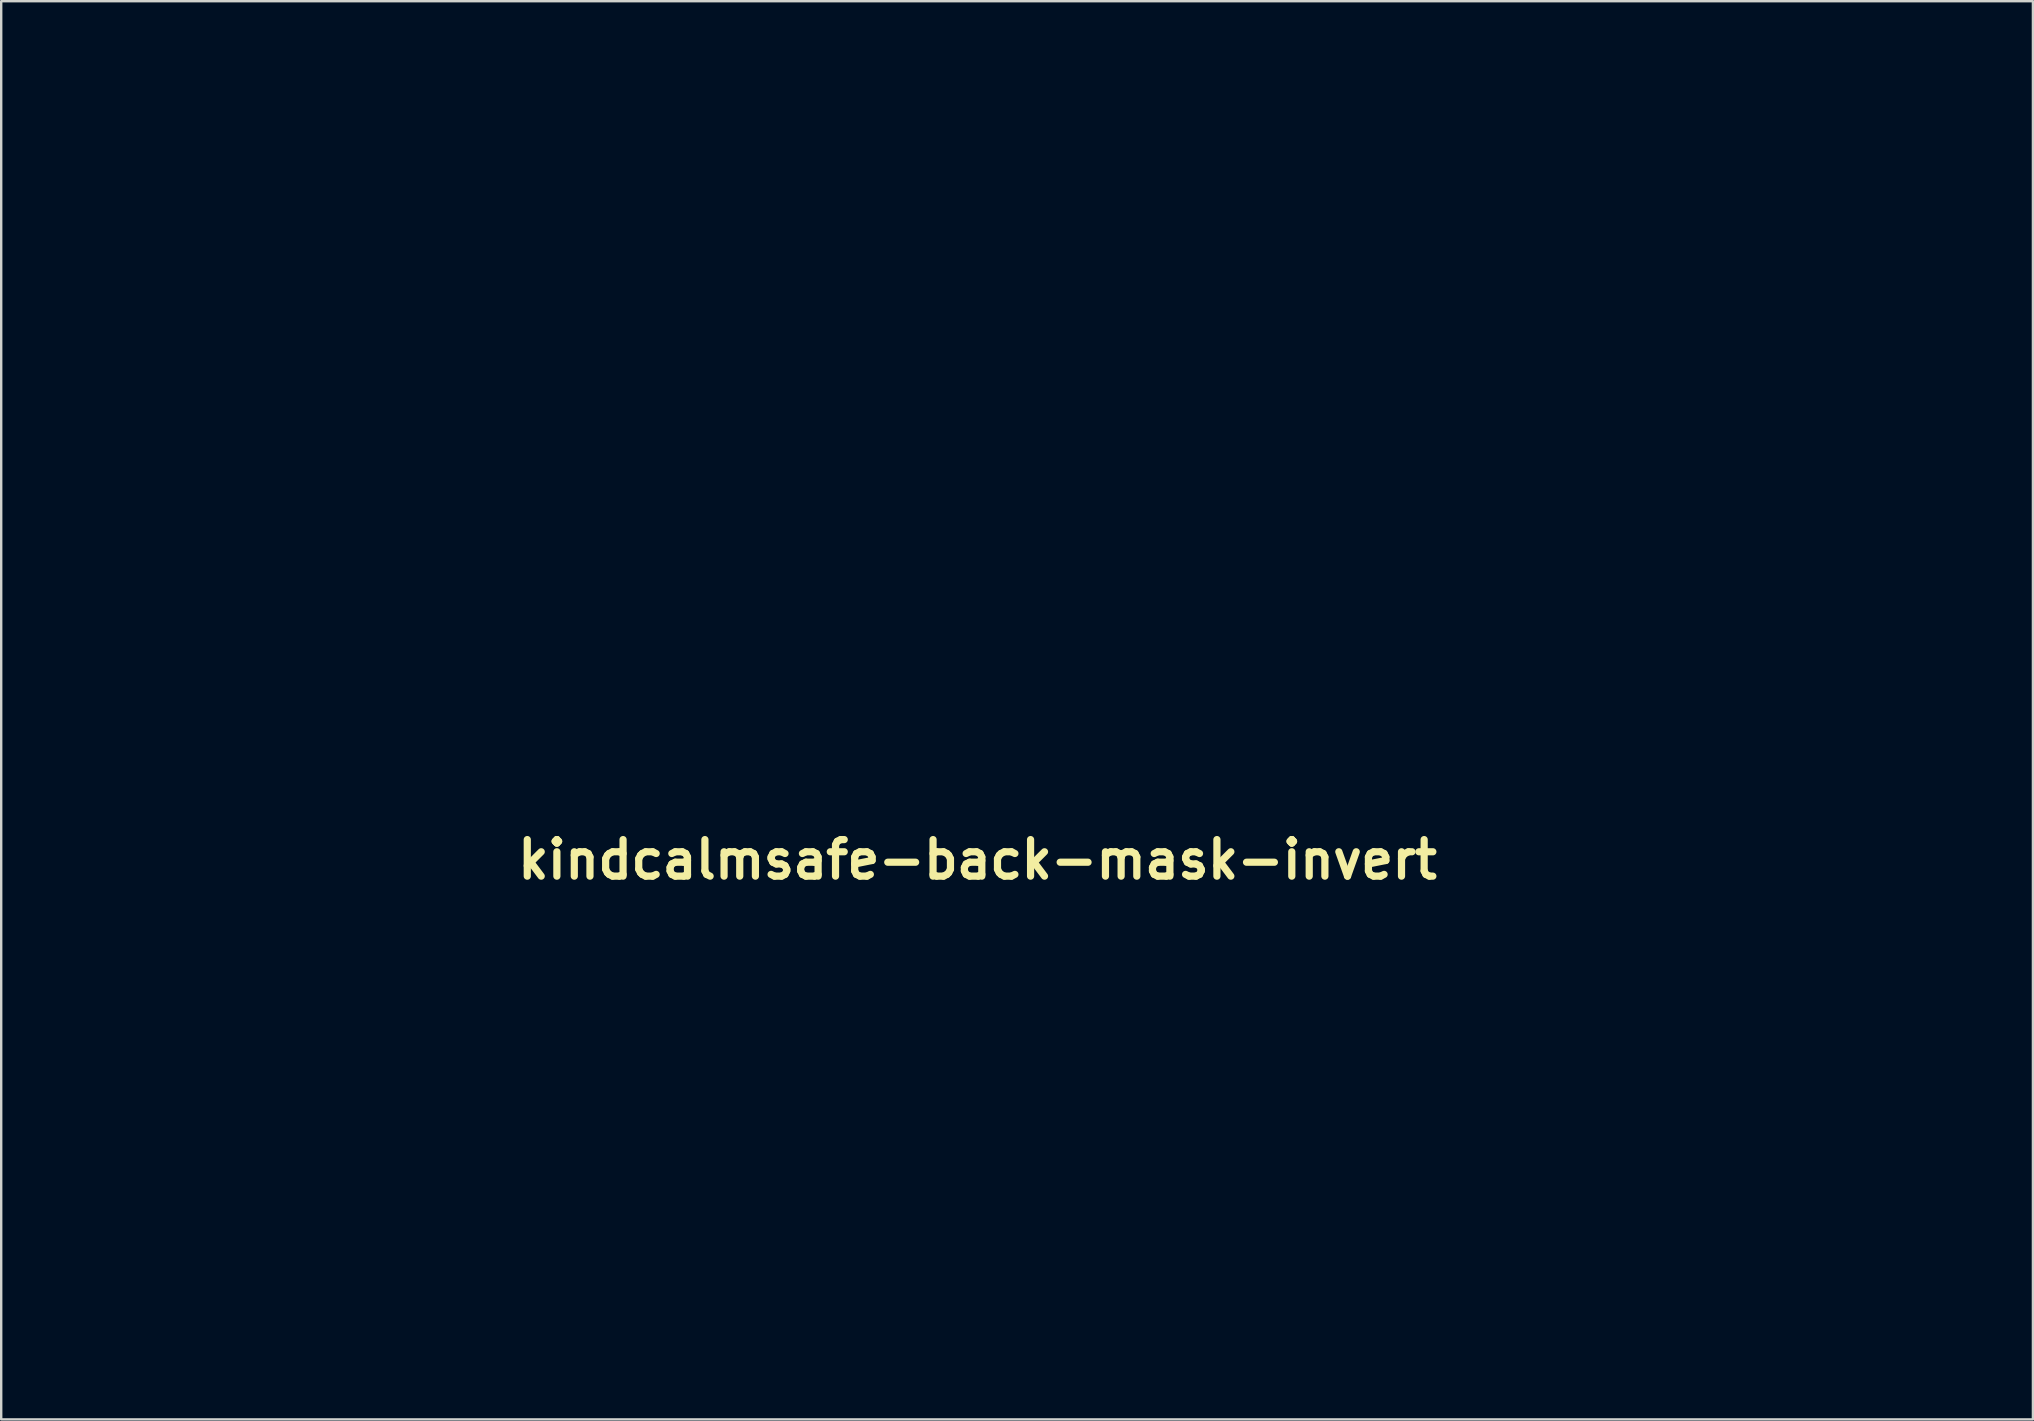
<source format=kicad_pcb>
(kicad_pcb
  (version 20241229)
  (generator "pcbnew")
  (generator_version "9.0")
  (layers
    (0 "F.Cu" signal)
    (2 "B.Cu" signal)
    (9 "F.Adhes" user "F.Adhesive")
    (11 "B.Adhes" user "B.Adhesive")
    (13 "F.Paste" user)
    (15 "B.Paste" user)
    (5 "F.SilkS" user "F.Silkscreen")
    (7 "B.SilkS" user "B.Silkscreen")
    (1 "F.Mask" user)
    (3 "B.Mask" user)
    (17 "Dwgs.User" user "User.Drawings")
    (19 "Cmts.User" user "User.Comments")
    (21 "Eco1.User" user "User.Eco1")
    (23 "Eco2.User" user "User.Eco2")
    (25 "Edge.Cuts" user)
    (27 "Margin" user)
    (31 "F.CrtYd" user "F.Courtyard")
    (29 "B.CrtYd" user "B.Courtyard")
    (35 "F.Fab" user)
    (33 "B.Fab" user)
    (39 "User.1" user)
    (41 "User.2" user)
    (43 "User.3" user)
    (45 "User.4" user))
  (footprint "kindcalmsafe-back-mask-invert"
    (layer "F.Cu")
    (at 37.682 32.771)
    (property "Reference" "kindcalmsafe-back-mask-invert" (at 0 0 0) (layer "F.SilkS") (effects (font (size 1.524 1.524) (thickness 0.3))))
    (attr through_hole)
    (fp_poly (pts (xy 13.801 -20.913) (xy 15.071 -20.913) (xy 15.071 -19.897) (xy 9.652 -19.897) (xy 9.652 -20.913) (xy 10.837 -20.913) (xy 10.837 -27.686) (xy 9.652 -27.686) (xy 9.652 -28.702) (xy 13.801 -28.702) (xy 13.801 -20.913)) (stroke (width 0.01) (type solid)) (fill yes) (layer "B.Mask"))
    (fp_poly (pts (xy 21.759 -0.931) (xy 23.029 -0.931) (xy 23.029 0.085) (xy 17.611 0.085) (xy 17.611 -0.931) (xy 18.796 -0.931) (xy 18.796 -11.769) (xy 17.611 -11.769) (xy 17.611 -12.785) (xy 21.759 -12.785) (xy 21.759 -0.931)) (stroke (width 0.01) (type solid)) (fill yes) (layer "B.Mask"))
    (fp_poly (pts (xy 12.795 -32.651) (xy 13.119 -32.482) (xy 13.467 -32.157) (xy 13.691 -31.744) (xy 13.782 -31.278) (xy 13.731 -30.797) (xy 13.61 -30.478) (xy 13.313 -30.065) (xy 12.916 -29.774) (xy 12.45 -29.621) (xy 11.946 -29.619) (xy 11.816 -29.644) (xy 11.357 -29.83) (xy 10.993 -30.132) (xy 10.741 -30.522) (xy 10.614 -30.968) (xy 10.629 -31.44) (xy 10.741 -31.793) (xy 11.022 -32.227) (xy 11.398 -32.539) (xy 11.838 -32.719) (xy 12.314 -32.759) (xy 12.795 -32.651)) (stroke (width 0.01) (type solid)) (fill yes) (layer "B.Mask"))
    (fp_poly (pts (xy 25.527 7.228) (xy 26.011 7.254) (xy 26.483 7.291) (xy 26.893 7.335) (xy 27.191 7.379) (xy 27.22 7.385) (xy 27.728 7.493) (xy 27.776 9.407) (xy 27.295 9.381) (xy 26.814 9.356) (xy 26.699 8.959) (xy 26.521 8.572) (xy 26.241 8.316) (xy 25.844 8.177) (xy 25.779 8.166) (xy 25.359 8.179) (xy 24.967 8.329) (xy 24.657 8.594) (xy 24.625 8.636) (xy 24.51 8.888) (xy 24.414 9.273) (xy 24.344 9.757) (xy 24.306 10.304) (xy 24.3 10.604) (xy 24.299 11.261) (xy 26.501 11.261) (xy 26.501 12.277) (xy 24.299 12.277) (xy 24.299 19.05) (xy 25.993 19.05) (xy 25.993 20.066) (xy 20.151 20.066) (xy 20.151 19.05) (xy 21.336 19.05) (xy 21.336 12.277) (xy 20.066 12.277) (xy 20.066 11.261) (xy 21.311 11.261) (xy 21.361 10.351) (xy 21.415 9.727) (xy 21.506 9.233) (xy 21.646 8.831) (xy 21.849 8.483) (xy 22.03 8.256) (xy 22.447 7.867) (xy 22.937 7.575) (xy 23.518 7.372) (xy 24.209 7.254) (xy 25.025 7.216) (xy 25.527 7.228)) (stroke (width 0.01) (type solid)) (fill yes) (layer "B.Mask"))
    (fp_poly (pts (xy 1.524 -31.242) (xy -0.085 -31.242) (xy -0.085 -29.03) (xy -0.084 -28.363) (xy -0.082 -27.846) (xy -0.077 -27.463) (xy -0.068 -27.195) (xy -0.052 -27.024) (xy -0.029 -26.931) (xy 0.002 -26.9) (xy 0.044 -26.911) (xy 0.08 -26.935) (xy 0.18 -27.015) (xy 0.392 -27.193) (xy 0.702 -27.456) (xy 1.094 -27.791) (xy 1.553 -28.184) (xy 2.064 -28.623) (xy 2.61 -29.095) (xy 2.646 -29.125) (xy 5.047 -31.2) (xy 3.81 -31.249) (xy 3.81 -32.258) (xy 8.382 -32.258) (xy 8.382 -31.242) (xy 6.779 -31.242) (xy 4.596 -29.365) (xy 4.08 -28.92) (xy 3.608 -28.508) (xy 3.194 -28.144) (xy 2.853 -27.84) (xy 2.6 -27.609) (xy 2.449 -27.465) (xy 2.413 -27.422) (xy 2.469 -27.348) (xy 2.629 -27.162) (xy 2.882 -26.876) (xy 3.218 -26.501) (xy 3.627 -26.049) (xy 4.097 -25.533) (xy 4.617 -24.963) (xy 5.177 -24.352) (xy 5.376 -24.136) (xy 8.34 -20.917) (xy 9.567 -20.913) (xy 9.567 -19.897) (xy 5.36 -19.897) (xy 3.717 -21.692) (xy 3.222 -22.232) (xy 2.699 -22.803) (xy 2.178 -23.371) (xy 1.688 -23.903) (xy 1.26 -24.369) (xy 0.995 -24.656) (xy -0.085 -25.826) (xy -0.085 -20.913) (xy 1.524 -20.913) (xy 1.524 -19.897) (xy -4.911 -19.897) (xy -4.911 -20.913) (xy -3.302 -20.913) (xy -3.302 -31.242) (xy -4.911 -31.242) (xy -4.911 -32.258) (xy 1.524 -32.258) (xy 1.524 -31.242)) (stroke (width 0.01) (type solid)) (fill yes) (layer "B.Mask"))
    (fp_poly (pts (xy 23.826 -28.86) (xy 24.457 -28.709) (xy 24.979 -28.445) (xy 25.406 -28.061) (xy 25.693 -27.657) (xy 25.815 -27.431) (xy 25.914 -27.197) (xy 25.992 -26.934) (xy 26.052 -26.623) (xy 26.097 -26.244) (xy 26.127 -25.777) (xy 26.147 -25.202) (xy 26.157 -24.5) (xy 26.161 -23.65) (xy 26.161 -23.558) (xy 26.162 -20.913) (xy 27.432 -20.913) (xy 27.432 -19.897) (xy 22.183 -19.897) (xy 22.183 -20.913) (xy 23.209 -20.913) (xy 23.183 -23.812) (xy 23.174 -24.647) (xy 23.164 -25.329) (xy 23.148 -25.876) (xy 23.126 -26.305) (xy 23.093 -26.633) (xy 23.047 -26.877) (xy 22.985 -27.053) (xy 22.905 -27.18) (xy 22.803 -27.274) (xy 22.678 -27.352) (xy 22.609 -27.388) (xy 22.249 -27.495) (xy 21.82 -27.504) (xy 21.389 -27.418) (xy 21.197 -27.341) (xy 20.939 -27.181) (xy 20.749 -26.961) (xy 20.62 -26.727) (xy 20.512 -26.471) (xy 20.425 -26.176) (xy 20.357 -25.824) (xy 20.307 -25.394) (xy 20.272 -24.866) (xy 20.25 -24.22) (xy 20.24 -23.435) (xy 20.238 -22.966) (xy 20.235 -20.913) (xy 21.336 -20.913) (xy 21.336 -19.897) (xy 16.087 -19.897) (xy 16.087 -20.913) (xy 17.272 -20.913) (xy 17.272 -27.686) (xy 16.087 -27.686) (xy 16.087 -28.702) (xy 20.235 -28.702) (xy 20.235 -27.53) (xy 20.723 -28.018) (xy 21.143 -28.387) (xy 21.568 -28.645) (xy 22.041 -28.807) (xy 22.604 -28.888) (xy 23.072 -28.905) (xy 23.826 -28.86)) (stroke (width 0.01) (type solid)) (fill yes) (layer "B.Mask"))
    (fp_poly (pts (xy 38.015 -20.913) (xy 39.201 -20.913) (xy 39.201 -19.897) (xy 35.052 -19.897) (xy 35.052 -20.931) (xy 34.673 -20.51) (xy 34.288 -20.15) (xy 33.862 -19.902) (xy 33.36 -19.751) (xy 32.744 -19.681) (xy 32.639 -19.677) (xy 32.242 -19.674) (xy 31.859 -19.689) (xy 31.558 -19.719) (xy 31.496 -19.73) (xy 30.801 -19.96) (xy 30.166 -20.335) (xy 29.608 -20.838) (xy 29.147 -21.451) (xy 28.798 -22.156) (xy 28.647 -22.629) (xy 28.567 -23.067) (xy 28.514 -23.61) (xy 28.499 -23.975) (xy 31.757 -23.975) (xy 31.79 -23.312) (xy 31.857 -22.7) (xy 31.958 -22.172) (xy 32.093 -21.763) (xy 32.15 -21.652) (xy 32.437 -21.319) (xy 32.821 -21.094) (xy 33.264 -20.989) (xy 33.725 -21.012) (xy 34.122 -21.151) (xy 34.419 -21.397) (xy 34.661 -21.792) (xy 34.847 -22.322) (xy 34.973 -22.975) (xy 35.036 -23.737) (xy 35.034 -24.596) (xy 34.989 -25.291) (xy 34.91 -25.952) (xy 34.801 -26.468) (xy 34.653 -26.862) (xy 34.455 -27.156) (xy 34.2 -27.374) (xy 34.115 -27.425) (xy 33.864 -27.543) (xy 33.615 -27.591) (xy 33.288 -27.586) (xy 33.265 -27.584) (xy 32.819 -27.508) (xy 32.488 -27.338) (xy 32.233 -27.046) (xy 32.114 -26.835) (xy 31.973 -26.439) (xy 31.866 -25.92) (xy 31.795 -25.314) (xy 31.758 -24.654) (xy 31.757 -23.975) (xy 28.499 -23.975) (xy 28.49 -24.205) (xy 28.495 -24.801) (xy 28.53 -25.342) (xy 28.596 -25.777) (xy 28.606 -25.823) (xy 28.884 -26.64) (xy 29.28 -27.347) (xy 29.787 -27.935) (xy 30.395 -28.396) (xy 31.096 -28.722) (xy 31.702 -28.877) (xy 32.488 -28.946) (xy 33.211 -28.874) (xy 33.857 -28.664) (xy 34.413 -28.317) (xy 34.607 -28.142) (xy 35.052 -27.697) (xy 35.052 -31.75) (xy 33.782 -31.75) (xy 33.782 -32.766) (xy 38.015 -32.766) (xy 38.015 -20.913)) (stroke (width 0.01) (type solid)) (fill yes) (layer "B.Mask"))
    (fp_poly (pts (xy -18.096 -8.904) (xy -17.598 -8.85) (xy -17.233 -8.773) (xy -16.532 -8.512) (xy -15.954 -8.181) (xy -15.458 -7.757) (xy -15.454 -7.753) (xy -14.99 -7.164) (xy -14.617 -6.452) (xy -14.345 -5.639) (xy -14.184 -4.752) (xy -14.161 -4.508) (xy -14.115 -3.895) (xy -20.176 -3.895) (xy -20.122 -3.191) (xy -20.022 -2.427) (xy -19.849 -1.811) (xy -19.594 -1.334) (xy -19.253 -0.989) (xy -18.817 -0.767) (xy -18.281 -0.661) (xy -17.987 -0.649) (xy -17.594 -0.665) (xy -17.284 -0.724) (xy -16.975 -0.845) (xy -16.902 -0.88) (xy -16.554 -1.084) (xy -16.287 -1.334) (xy -16.065 -1.671) (xy -15.865 -2.108) (xy -15.672 -2.582) (xy -15.012 -2.582) (xy -14.682 -2.579) (xy -14.478 -2.549) (xy -14.386 -2.468) (xy -14.397 -2.308) (xy -14.499 -2.043) (xy -14.646 -1.72) (xy -15.021 -1.086) (xy -15.51 -0.572) (xy -16.115 -0.177) (xy -16.843 0.104) (xy -17.301 0.212) (xy -17.923 0.295) (xy -18.609 0.327) (xy -19.291 0.308) (xy -19.9 0.238) (xy -20.054 0.208) (xy -20.883 -0.033) (xy -21.581 -0.374) (xy -22.163 -0.823) (xy -22.642 -1.387) (xy -22.676 -1.437) (xy -23.007 -2.027) (xy -23.236 -2.668) (xy -23.375 -3.398) (xy -23.424 -3.979) (xy -23.407 -4.911) (xy -20.176 -4.911) (xy -17.357 -4.911) (xy -17.357 -5.286) (xy -17.374 -5.663) (xy -17.42 -6.099) (xy -17.486 -6.539) (xy -17.565 -6.928) (xy -17.646 -7.208) (xy -17.655 -7.23) (xy -17.892 -7.611) (xy -18.225 -7.854) (xy -18.652 -7.955) (xy -18.757 -7.959) (xy -19.157 -7.907) (xy -19.479 -7.744) (xy -19.731 -7.461) (xy -19.917 -7.046) (xy -20.045 -6.489) (xy -20.122 -5.78) (xy -20.124 -5.736) (xy -20.176 -4.911) (xy -23.407 -4.911) (xy -23.407 -4.951) (xy -23.252 -5.833) (xy -22.965 -6.62) (xy -22.549 -7.305) (xy -22.01 -7.883) (xy -21.35 -8.348) (xy -20.574 -8.692) (xy -20.151 -8.816) (xy -19.737 -8.885) (xy -19.22 -8.922) (xy -18.655 -8.929) (xy -18.096 -8.904)) (stroke (width 0.01) (type solid)) (fill yes) (layer "B.Mask"))
    (fp_poly (pts (xy -16.318 -28.886) (xy -15.82 -28.832) (xy -15.455 -28.754) (xy -14.754 -28.493) (xy -14.176 -28.162) (xy -13.68 -27.738) (xy -13.676 -27.735) (xy -13.212 -27.146) (xy -12.839 -26.433) (xy -12.567 -25.621) (xy -12.406 -24.733) (xy -12.383 -24.49) (xy -12.337 -23.876) (xy -18.398 -23.876) (xy -18.344 -23.172) (xy -18.244 -22.408) (xy -18.071 -21.792) (xy -17.816 -21.315) (xy -17.475 -20.97) (xy -17.039 -20.748) (xy -16.503 -20.642) (xy -16.209 -20.63) (xy -15.816 -20.646) (xy -15.506 -20.706) (xy -15.197 -20.826) (xy -15.124 -20.861) (xy -14.776 -21.066) (xy -14.509 -21.316) (xy -14.287 -21.653) (xy -14.087 -22.089) (xy -13.894 -22.564) (xy -13.234 -22.564) (xy -12.904 -22.56) (xy -12.7 -22.531) (xy -12.608 -22.449) (xy -12.619 -22.29) (xy -12.721 -22.024) (xy -12.868 -21.702) (xy -13.243 -21.067) (xy -13.732 -20.553) (xy -14.337 -20.158) (xy -15.065 -19.877) (xy -15.523 -19.769) (xy -16.145 -19.686) (xy -16.831 -19.655) (xy -17.513 -19.674) (xy -18.122 -19.743) (xy -18.276 -19.773) (xy -19.105 -20.015) (xy -19.803 -20.356) (xy -20.385 -20.804) (xy -20.864 -21.368) (xy -20.898 -21.419) (xy -21.229 -22.008) (xy -21.458 -22.65) (xy -21.597 -23.38) (xy -21.646 -23.961) (xy -21.629 -24.892) (xy -18.398 -24.892) (xy -15.579 -24.892) (xy -15.579 -25.267) (xy -15.596 -25.644) (xy -15.642 -26.081) (xy -15.708 -26.521) (xy -15.787 -26.909) (xy -15.868 -27.19) (xy -15.877 -27.211) (xy -16.114 -27.593) (xy -16.447 -27.835) (xy -16.874 -27.937) (xy -16.979 -27.94) (xy -17.379 -27.888) (xy -17.701 -27.726) (xy -17.953 -27.442) (xy -18.139 -27.027) (xy -18.267 -26.47) (xy -18.344 -25.761) (xy -18.346 -25.718) (xy -18.398 -24.892) (xy -21.629 -24.892) (xy -21.629 -24.932) (xy -21.474 -25.814) (xy -21.187 -26.601) (xy -20.771 -27.287) (xy -20.232 -27.865) (xy -19.572 -28.329) (xy -18.796 -28.674) (xy -18.373 -28.798) (xy -17.959 -28.867) (xy -17.442 -28.904) (xy -16.877 -28.91) (xy -16.318 -28.886)) (stroke (width 0.01) (type solid)) (fill yes) (layer "B.Mask"))
    (fp_poly (pts (xy -14.286 11.077) (xy -13.788 11.131) (xy -13.423 11.208) (xy -12.722 11.469) (xy -12.144 11.801) (xy -11.648 12.224) (xy -11.644 12.228) (xy -11.18 12.817) (xy -10.807 13.53) (xy -10.535 14.342) (xy -10.374 15.229) (xy -10.351 15.473) (xy -10.305 16.087) (xy -16.366 16.087) (xy -16.312 16.79) (xy -16.212 17.554) (xy -16.039 18.171) (xy -15.784 18.647) (xy -15.443 18.993) (xy -15.007 19.214) (xy -14.471 19.32) (xy -14.177 19.332) (xy -13.784 19.316) (xy -13.474 19.257) (xy -13.165 19.137) (xy -13.092 19.101) (xy -12.744 18.897) (xy -12.477 18.647) (xy -12.255 18.31) (xy -12.055 17.874) (xy -11.862 17.399) (xy -11.202 17.399) (xy -10.872 17.403) (xy -10.668 17.432) (xy -10.576 17.513) (xy -10.587 17.673) (xy -10.689 17.938) (xy -10.836 18.261) (xy -11.211 18.896) (xy -11.7 19.409) (xy -12.305 19.805) (xy -13.033 20.086) (xy -13.491 20.194) (xy -14.113 20.276) (xy -14.799 20.308) (xy -15.481 20.289) (xy -16.09 20.22) (xy -16.244 20.19) (xy -17.073 19.948) (xy -17.771 19.607) (xy -18.353 19.159) (xy -18.832 18.595) (xy -18.866 18.544) (xy -19.197 17.954) (xy -19.426 17.313) (xy -19.565 16.583) (xy -19.614 16.002) (xy -19.597 15.071) (xy -16.366 15.071) (xy -13.547 15.071) (xy -13.547 14.696) (xy -13.564 14.319) (xy -13.61 13.882) (xy -13.676 13.442) (xy -13.755 13.054) (xy -13.836 12.773) (xy -13.845 12.752) (xy -14.082 12.37) (xy -14.415 12.128) (xy -14.842 12.026) (xy -14.947 12.023) (xy -15.347 12.075) (xy -15.669 12.237) (xy -15.921 12.521) (xy -16.107 12.936) (xy -16.235 13.493) (xy -16.312 14.202) (xy -16.314 14.245) (xy -16.366 15.071) (xy -19.597 15.071) (xy -19.597 15.031) (xy -19.442 14.149) (xy -19.155 13.362) (xy -18.739 12.676) (xy -18.2 12.098) (xy -17.54 11.634) (xy -16.764 11.289) (xy -16.341 11.165) (xy -15.927 11.096) (xy -15.41 11.059) (xy -14.845 11.053) (xy -14.286 11.077)) (stroke (width 0.01) (type solid)) (fill yes) (layer "B.Mask"))
    (fp_poly (pts (xy 32.873 11.077) (xy 33.371 11.131) (xy 33.736 11.208) (xy 34.437 11.469) (xy 35.016 11.801) (xy 35.512 12.224) (xy 35.515 12.228) (xy 35.979 12.817) (xy 36.352 13.53) (xy 36.624 14.342) (xy 36.785 15.229) (xy 36.808 15.473) (xy 36.854 16.087) (xy 30.794 16.087) (xy 30.848 16.79) (xy 30.947 17.554) (xy 31.121 18.171) (xy 31.375 18.647) (xy 31.717 18.993) (xy 32.152 19.214) (xy 32.689 19.32) (xy 32.983 19.332) (xy 33.376 19.316) (xy 33.685 19.257) (xy 33.994 19.137) (xy 34.068 19.101) (xy 34.415 18.897) (xy 34.682 18.647) (xy 34.904 18.31) (xy 35.104 17.874) (xy 35.297 17.399) (xy 35.958 17.399) (xy 36.287 17.403) (xy 36.492 17.432) (xy 36.583 17.513) (xy 36.572 17.673) (xy 36.471 17.938) (xy 36.324 18.261) (xy 35.948 18.896) (xy 35.46 19.409) (xy 34.854 19.805) (xy 34.126 20.086) (xy 33.669 20.194) (xy 33.046 20.276) (xy 32.36 20.308) (xy 31.678 20.289) (xy 31.069 20.22) (xy 30.915 20.19) (xy 30.087 19.948) (xy 29.388 19.607) (xy 28.806 19.159) (xy 28.328 18.595) (xy 28.293 18.544) (xy 27.963 17.954) (xy 27.733 17.313) (xy 27.594 16.583) (xy 27.545 16.002) (xy 27.562 15.071) (xy 30.793 15.071) (xy 33.613 15.071) (xy 33.613 14.696) (xy 33.595 14.319) (xy 33.549 13.882) (xy 33.483 13.442) (xy 33.405 13.054) (xy 33.323 12.773) (xy 33.315 12.752) (xy 33.078 12.37) (xy 32.744 12.128) (xy 32.317 12.026) (xy 32.212 12.023) (xy 31.812 12.075) (xy 31.49 12.237) (xy 31.239 12.521) (xy 31.052 12.936) (xy 30.924 13.493) (xy 30.848 14.202) (xy 30.845 14.245) (xy 30.793 15.071) (xy 27.562 15.071) (xy 27.563 15.031) (xy 27.717 14.149) (xy 28.005 13.362) (xy 28.42 12.676) (xy 28.96 12.098) (xy 29.619 11.634) (xy 30.395 11.289) (xy 30.819 11.165) (xy 31.233 11.096) (xy 31.75 11.059) (xy 32.315 11.053) (xy 32.873 11.077)) (stroke (width 0.01) (type solid)) (fill yes) (layer "B.Mask"))
    (fp_poly (pts (xy 11.515 -8.907) (xy 12.147 -8.859) (xy 12.688 -8.771) (xy 13.175 -8.637) (xy 13.599 -8.471) (xy 14.062 -8.191) (xy 14.5 -7.791) (xy 14.866 -7.318) (xy 15.039 -7.005) (xy 15.282 -6.477) (xy 15.309 -3.704) (xy 15.335 -0.931) (xy 16.595 -0.931) (xy 16.595 0.085) (xy 12.361 0.085) (xy 12.361 -0.967) (xy 12.002 -0.616) (xy 11.461 -0.201) (xy 10.82 0.103) (xy 10.116 0.286) (xy 9.385 0.341) (xy 8.662 0.258) (xy 8.614 0.247) (xy 8.007 0.022) (xy 7.498 -0.34) (xy 7.096 -0.83) (xy 6.928 -1.143) (xy 6.797 -1.567) (xy 6.728 -2.086) (xy 6.722 -2.64) (xy 6.737 -2.78) (xy 9.641 -2.78) (xy 9.666 -2.314) (xy 9.767 -1.879) (xy 9.94 -1.518) (xy 10.178 -1.271) (xy 10.194 -1.261) (xy 10.54 -1.132) (xy 10.953 -1.096) (xy 11.361 -1.151) (xy 11.685 -1.291) (xy 11.916 -1.46) (xy 12.083 -1.625) (xy 12.199 -1.816) (xy 12.272 -2.066) (xy 12.315 -2.406) (xy 12.338 -2.867) (xy 12.346 -3.181) (xy 12.374 -4.403) (xy 11.577 -4.403) (xy 11.002 -4.374) (xy 10.561 -4.28) (xy 10.227 -4.108) (xy 9.972 -3.848) (xy 9.847 -3.644) (xy 9.699 -3.238) (xy 9.641 -2.78) (xy 6.737 -2.78) (xy 6.777 -3.168) (xy 6.895 -3.611) (xy 6.926 -3.683) (xy 7.222 -4.182) (xy 7.616 -4.59) (xy 8.116 -4.912) (xy 8.734 -5.151) (xy 9.48 -5.312) (xy 10.363 -5.399) (xy 11.13 -5.419) (xy 12.361 -5.419) (xy 12.361 -6.038) (xy 12.347 -6.422) (xy 12.294 -6.717) (xy 12.185 -7.002) (xy 12.129 -7.116) (xy 11.886 -7.488) (xy 11.579 -7.746) (xy 11.183 -7.905) (xy 10.669 -7.978) (xy 10.391 -7.987) (xy 9.769 -7.944) (xy 9.275 -7.803) (xy 8.894 -7.555) (xy 8.608 -7.19) (xy 8.434 -6.798) (xy 8.362 -6.613) (xy 8.277 -6.518) (xy 8.128 -6.482) (xy 7.865 -6.477) (xy 7.408 -6.477) (xy 7.384 -7.431) (xy 7.36 -8.384) (xy 7.596 -8.476) (xy 8.199 -8.661) (xy 8.937 -8.799) (xy 9.78 -8.887) (xy 10.698 -8.921) (xy 10.753 -8.921) (xy 11.515 -8.907)) (stroke (width 0.01) (type solid)) (fill yes) (layer "B.Mask"))
    (fp_poly (pts (xy 14.055 11.074) (xy 14.687 11.122) (xy 15.228 11.21) (xy 15.715 11.344) (xy 16.139 11.51) (xy 16.602 11.79) (xy 17.04 12.19) (xy 17.406 12.663) (xy 17.579 12.976) (xy 17.822 13.504) (xy 17.849 16.277) (xy 17.875 19.05) (xy 19.135 19.05) (xy 19.135 20.066) (xy 14.901 20.066) (xy 14.901 19.015) (xy 14.541 19.365) (xy 14.001 19.78) (xy 13.36 20.084) (xy 12.656 20.268) (xy 11.925 20.322) (xy 11.202 20.239) (xy 11.154 20.228) (xy 10.547 20.003) (xy 10.038 19.641) (xy 9.636 19.151) (xy 9.468 18.838) (xy 9.337 18.415) (xy 9.268 17.896) (xy 9.262 17.342) (xy 9.277 17.201) (xy 12.181 17.201) (xy 12.206 17.668) (xy 12.307 18.102) (xy 12.48 18.464) (xy 12.718 18.71) (xy 12.734 18.72) (xy 13.08 18.849) (xy 13.493 18.886) (xy 13.901 18.83) (xy 14.225 18.69) (xy 14.456 18.521) (xy 14.623 18.357) (xy 14.739 18.165) (xy 14.812 17.915) (xy 14.855 17.575) (xy 14.878 17.115) (xy 14.886 16.8) (xy 14.914 15.579) (xy 14.117 15.579) (xy 13.542 15.607) (xy 13.101 15.702) (xy 12.767 15.873) (xy 12.512 16.133) (xy 12.387 16.337) (xy 12.239 16.744) (xy 12.181 17.201) (xy 9.277 17.201) (xy 9.317 16.813) (xy 9.435 16.37) (xy 9.466 16.298) (xy 9.762 15.799) (xy 10.156 15.391) (xy 10.656 15.07) (xy 11.274 14.83) (xy 12.02 14.669) (xy 12.903 14.582) (xy 13.67 14.563) (xy 14.901 14.563) (xy 14.901 13.943) (xy 14.887 13.559) (xy 14.834 13.264) (xy 14.725 12.98) (xy 14.668 12.865) (xy 14.426 12.494) (xy 14.119 12.235) (xy 13.723 12.076) (xy 13.209 12.003) (xy 12.931 11.995) (xy 12.309 12.038) (xy 11.815 12.178) (xy 11.434 12.426) (xy 11.148 12.792) (xy 10.974 13.183) (xy 10.902 13.368) (xy 10.817 13.464) (xy 10.668 13.499) (xy 10.405 13.504) (xy 9.948 13.504) (xy 9.924 12.551) (xy 9.9 11.597) (xy 10.136 11.505) (xy 10.739 11.321) (xy 11.477 11.182) (xy 12.32 11.094) (xy 13.238 11.061) (xy 13.293 11.06) (xy 14.055 11.074)) (stroke (width 0.01) (type solid)) (fill yes) (layer "B.Mask"))
    (fp_poly (pts (xy 0.856 -12.449) (xy 1.562 -12.351) (xy 2.345 -12.199) (xy 3.135 -12.008) (xy 3.864 -11.793) (xy 4.233 -11.663) (xy 4.784 -11.455) (xy 4.807 -9.919) (xy 4.83 -8.382) (xy 3.757 -8.382) (xy 3.648 -8.81) (xy 3.4 -9.5) (xy 3.037 -10.125) (xy 2.581 -10.657) (xy 2.054 -11.065) (xy 1.796 -11.203) (xy 1.594 -11.285) (xy 1.384 -11.339) (xy 1.123 -11.37) (xy 0.77 -11.385) (xy 0.381 -11.388) (xy -0.067 -11.384) (xy -0.389 -11.37) (xy -0.631 -11.338) (xy -0.836 -11.281) (xy -1.048 -11.193) (xy -1.113 -11.163) (xy -1.652 -10.84) (xy -2.101 -10.411) (xy -2.466 -9.867) (xy -2.751 -9.198) (xy -2.961 -8.395) (xy -3.102 -7.448) (xy -3.133 -7.114) (xy -3.176 -6.077) (xy -3.142 -5.075) (xy -3.032 -4.137) (xy -2.852 -3.292) (xy -2.604 -2.57) (xy -2.552 -2.455) (xy -2.234 -1.935) (xy -1.81 -1.471) (xy -1.322 -1.105) (xy -0.971 -0.932) (xy -0.461 -0.794) (xy 0.129 -0.727) (xy 0.731 -0.732) (xy 1.281 -0.811) (xy 1.504 -0.875) (xy 1.988 -1.123) (xy 2.45 -1.503) (xy 2.859 -1.98) (xy 3.186 -2.517) (xy 3.399 -3.078) (xy 3.427 -3.196) (xy 3.485 -3.471) (xy 4.325 -3.471) (xy 4.679 -3.465) (xy 4.959 -3.447) (xy 5.13 -3.42) (xy 5.165 -3.4) (xy 5.131 -3.236) (xy 5.044 -2.97) (xy 4.921 -2.649) (xy 4.784 -2.325) (xy 4.65 -2.046) (xy 4.6 -1.954) (xy 4.117 -1.261) (xy 3.547 -0.705) (xy 2.873 -0.271) (xy 2.088 0.05) (xy 1.752 0.149) (xy 1.436 0.216) (xy 1.089 0.26) (xy 0.661 0.287) (xy 0.254 0.301) (xy -0.223 0.305) (xy -0.69 0.298) (xy -1.095 0.28) (xy -1.385 0.252) (xy -1.397 0.25) (xy -2.39 0.035) (xy -3.271 -0.291) (xy -4.067 -0.74) (xy -4.803 -1.326) (xy -5.005 -1.52) (xy -5.361 -1.886) (xy -5.624 -2.195) (xy -5.829 -2.495) (xy -6.014 -2.835) (xy -6.076 -2.963) (xy -6.444 -3.91) (xy -6.672 -4.892) (xy -6.764 -5.889) (xy -6.722 -6.88) (xy -6.552 -7.845) (xy -6.255 -8.762) (xy -5.835 -9.61) (xy -5.296 -10.37) (xy -4.812 -10.872) (xy -4.08 -11.424) (xy -3.234 -11.868) (xy -2.294 -12.198) (xy -1.281 -12.408) (xy -0.216 -12.493) (xy 0.856 -12.449)) (stroke (width 0.01) (type solid)) (fill yes) (layer "B.Mask"))
    (fp_poly (pts (xy -32.512 -12.275) (xy -31.596 -12.271) (xy -30.818 -12.261) (xy -30.161 -12.246) (xy -29.61 -12.223) (xy -29.149 -12.191) (xy -28.762 -12.148) (xy -28.433 -12.095) (xy -28.145 -12.028) (xy -27.885 -11.947) (xy -27.634 -11.851) (xy -27.405 -11.75) (xy -26.865 -11.43) (xy -26.413 -11.021) (xy -26.082 -10.554) (xy -25.958 -10.271) (xy -25.885 -9.959) (xy -25.837 -9.56) (xy -25.823 -9.23) (xy -25.88 -8.616) (xy -26.057 -8.095) (xy -26.361 -7.659) (xy -26.802 -7.3) (xy -27.388 -7.007) (xy -28.128 -6.772) (xy -28.152 -6.766) (xy -28.424 -6.69) (xy -28.553 -6.637) (xy -28.527 -6.612) (xy -28.503 -6.61) (xy -28.177 -6.569) (xy -27.76 -6.472) (xy -27.31 -6.335) (xy -26.888 -6.174) (xy -26.755 -6.115) (xy -26.235 -5.796) (xy -25.774 -5.371) (xy -25.41 -4.885) (xy -25.235 -4.527) (xy -25.101 -3.986) (xy -25.063 -3.374) (xy -25.119 -2.756) (xy -25.266 -2.194) (xy -25.347 -2.005) (xy -25.718 -1.436) (xy -26.229 -0.952) (xy -26.87 -0.559) (xy -27.629 -0.266) (xy -27.807 -0.216) (xy -28.091 -0.149) (xy -28.389 -0.092) (xy -28.718 -0.044) (xy -29.094 -0.006) (xy -29.534 0.024) (xy -30.055 0.048) (xy -30.672 0.064) (xy -31.404 0.075) (xy -32.265 0.082) (xy -33.273 0.084) (xy -33.674 0.085) (xy -37.677 0.085) (xy -37.677 -0.931) (xy -36.068 -0.931) (xy -36.068 -6.096) (xy -32.851 -6.096) (xy -32.851 -0.909) (xy -31.729 -0.954) (xy -31.154 -0.988) (xy -30.657 -1.041) (xy -30.276 -1.107) (xy -30.157 -1.139) (xy -29.633 -1.386) (xy -29.209 -1.755) (xy -28.893 -2.229) (xy -28.693 -2.787) (xy -28.618 -3.411) (xy -28.676 -4.08) (xy -28.753 -4.41) (xy -28.963 -4.929) (xy -29.279 -5.347) (xy -29.708 -5.668) (xy -30.26 -5.896) (xy -30.944 -6.037) (xy -31.767 -6.094) (xy -31.966 -6.096) (xy -32.851 -6.096) (xy -36.068 -6.096) (xy -36.068 -7.112) (xy -32.851 -7.112) (xy -32.104 -7.112) (xy -31.687 -7.123) (xy -31.261 -7.153) (xy -30.909 -7.196) (xy -30.859 -7.204) (xy -30.225 -7.376) (xy -29.734 -7.633) (xy -29.379 -7.984) (xy -29.154 -8.437) (xy -29.051 -9) (xy -29.043 -9.262) (xy -29.111 -9.847) (xy -29.314 -10.327) (xy -29.65 -10.703) (xy -30.119 -10.976) (xy -30.336 -11.053) (xy -30.599 -11.111) (xy -30.979 -11.166) (xy -31.42 -11.211) (xy -31.814 -11.237) (xy -32.851 -11.285) (xy -32.851 -7.112) (xy -36.068 -7.112) (xy -36.068 -11.261) (xy -37.677 -11.261) (xy -37.677 -12.277) (xy -33.581 -12.277) (xy -32.512 -12.275)) (stroke (width 0.01) (type solid)) (fill yes) (layer "B.Mask"))
    (fp_poly (pts (xy -30.734 -32.257) (xy -29.818 -32.252) (xy -29.04 -32.243) (xy -28.383 -32.227) (xy -27.832 -32.204) (xy -27.371 -32.172) (xy -26.984 -32.13) (xy -26.655 -32.076) (xy -26.367 -32.01) (xy -26.107 -31.929) (xy -25.856 -31.832) (xy -25.627 -31.731) (xy -25.087 -31.412) (xy -24.635 -31.002) (xy -24.304 -30.535) (xy -24.18 -30.253) (xy -24.107 -29.941) (xy -24.059 -29.541) (xy -24.045 -29.212) (xy -24.102 -28.597) (xy -24.279 -28.076) (xy -24.583 -27.641) (xy -25.024 -27.281) (xy -25.61 -26.988) (xy -26.35 -26.753) (xy -26.374 -26.747) (xy -26.646 -26.671) (xy -26.775 -26.618) (xy -26.749 -26.593) (xy -26.725 -26.592) (xy -26.399 -26.551) (xy -25.982 -26.453) (xy -25.532 -26.316) (xy -25.11 -26.156) (xy -24.977 -26.096) (xy -24.457 -25.777) (xy -23.996 -25.353) (xy -23.632 -24.867) (xy -23.457 -24.508) (xy -23.323 -23.967) (xy -23.285 -23.355) (xy -23.341 -22.737) (xy -23.488 -22.175) (xy -23.569 -21.986) (xy -23.94 -21.418) (xy -24.451 -20.933) (xy -25.092 -20.54) (xy -25.851 -20.247) (xy -26.029 -20.198) (xy -26.313 -20.13) (xy -26.611 -20.073) (xy -26.94 -20.026) (xy -27.316 -19.987) (xy -27.756 -19.957) (xy -28.277 -19.934) (xy -28.894 -19.917) (xy -29.626 -19.906) (xy -30.487 -19.899) (xy -31.495 -19.897) (xy -31.896 -19.897) (xy -35.899 -19.897) (xy -35.899 -20.913) (xy -34.29 -20.913) (xy -34.29 -26.077) (xy -31.073 -26.077) (xy -31.073 -20.891) (xy -29.951 -20.935) (xy -29.376 -20.97) (xy -28.879 -21.022) (xy -28.498 -21.089) (xy -28.379 -21.12) (xy -27.855 -21.367) (xy -27.431 -21.737) (xy -27.115 -22.21) (xy -26.915 -22.769) (xy -26.84 -23.392) (xy -26.898 -24.062) (xy -26.975 -24.391) (xy -27.185 -24.91) (xy -27.501 -25.328) (xy -27.93 -25.649) (xy -28.482 -25.878) (xy -29.166 -26.018) (xy -29.989 -26.075) (xy -30.188 -26.077) (xy -31.073 -26.077) (xy -34.29 -26.077) (xy -34.29 -27.093) (xy -31.073 -27.093) (xy -30.326 -27.093) (xy -29.909 -27.105) (xy -29.483 -27.134) (xy -29.131 -27.177) (xy -29.081 -27.186) (xy -28.447 -27.357) (xy -27.956 -27.614) (xy -27.601 -27.965) (xy -27.376 -28.419) (xy -27.273 -28.981) (xy -27.265 -29.244) (xy -27.333 -29.828) (xy -27.536 -30.309) (xy -27.872 -30.685) (xy -28.341 -30.957) (xy -28.558 -31.034) (xy -28.821 -31.092) (xy -29.201 -31.147) (xy -29.642 -31.192) (xy -30.035 -31.218) (xy -31.073 -31.267) (xy -31.073 -27.093) (xy -34.29 -27.093) (xy -34.29 -31.242) (xy -35.899 -31.242) (xy -35.899 -32.258) (xy -31.803 -32.258) (xy -30.734 -32.257)) (stroke (width 0.01) (type solid)) (fill yes) (layer "B.Mask"))
    (fp_poly (pts (xy -28.702 7.706) (xy -27.786 7.711) (xy -27.008 7.72) (xy -26.351 7.736) (xy -25.8 7.759) (xy -25.339 7.791) (xy -24.952 7.833) (xy -24.623 7.887) (xy -24.335 7.953) (xy -24.075 8.034) (xy -23.824 8.131) (xy -23.595 8.232) (xy -23.055 8.551) (xy -22.603 8.96) (xy -22.272 9.427) (xy -22.148 9.71) (xy -22.075 10.022) (xy -22.027 10.421) (xy -22.013 10.751) (xy -22.07 11.366) (xy -22.247 11.886) (xy -22.551 12.322) (xy -22.992 12.682) (xy -23.578 12.975) (xy -24.318 13.209) (xy -24.342 13.216) (xy -24.614 13.292) (xy -24.743 13.344) (xy -24.717 13.37) (xy -24.693 13.371) (xy -24.367 13.412) (xy -23.95 13.509) (xy -23.5 13.647) (xy -23.078 13.807) (xy -22.945 13.867) (xy -22.425 14.186) (xy -21.964 14.61) (xy -21.6 15.096) (xy -21.425 15.454) (xy -21.291 15.996) (xy -21.253 16.607) (xy -21.309 17.226) (xy -21.456 17.787) (xy -21.537 17.977) (xy -21.908 18.545) (xy -22.419 19.03) (xy -23.06 19.422) (xy -23.819 19.716) (xy -23.997 19.765) (xy -24.281 19.833) (xy -24.579 19.89) (xy -24.908 19.937) (xy -25.284 19.975) (xy -25.724 20.006) (xy -26.245 20.029) (xy -26.862 20.046) (xy -27.594 20.057) (xy -28.455 20.063) (xy -29.463 20.066) (xy -29.864 20.066) (xy -33.867 20.066) (xy -33.867 19.05) (xy -32.258 19.05) (xy -32.258 13.885) (xy -29.041 13.885) (xy -29.041 19.072) (xy -27.919 19.028) (xy -27.344 18.993) (xy -26.847 18.94) (xy -26.466 18.874) (xy -26.347 18.842) (xy -25.823 18.596) (xy -25.399 18.226) (xy -25.083 17.752) (xy -24.883 17.194) (xy -24.808 16.571) (xy -24.866 15.901) (xy -24.943 15.572) (xy -25.153 15.052) (xy -25.469 14.635) (xy -25.898 14.314) (xy -26.45 14.085) (xy -27.134 13.944) (xy -27.957 13.887) (xy -28.156 13.885) (xy -29.041 13.885) (xy -32.258 13.885) (xy -32.258 12.869) (xy -29.041 12.869) (xy -28.294 12.869) (xy -27.877 12.858) (xy -27.451 12.828) (xy -27.099 12.786) (xy -27.049 12.777) (xy -26.415 12.606) (xy -25.924 12.348) (xy -25.569 11.997) (xy -25.344 11.544) (xy -25.241 10.981) (xy -25.233 10.719) (xy -25.301 10.134) (xy -25.504 9.654) (xy -25.84 9.278) (xy -26.309 9.006) (xy -26.526 8.928) (xy -26.789 8.87) (xy -27.169 8.815) (xy -27.61 8.771) (xy -28.003 8.745) (xy -29.041 8.696) (xy -29.041 12.869) (xy -32.258 12.869) (xy -32.258 8.721) (xy -33.867 8.721) (xy -33.867 7.705) (xy -29.771 7.705) (xy -28.702 7.706)) (stroke (width 0.01) (type solid)) (fill yes) (layer "B.Mask"))
    (fp_poly (pts (xy 37.097 -8.941) (xy 37.743 -8.821) (xy 38.328 -8.588) (xy 38.818 -8.248) (xy 38.887 -8.182) (xy 39.194 -7.786) (xy 39.451 -7.284) (xy 39.621 -6.756) (xy 39.641 -6.583) (xy 39.66 -6.264) (xy 39.677 -5.823) (xy 39.69 -5.284) (xy 39.7 -4.671) (xy 39.706 -4.006) (xy 39.707 -3.662) (xy 39.709 -0.931) (xy 40.979 -0.931) (xy 40.979 0.085) (xy 35.729 0.085) (xy 35.729 -0.931) (xy 36.755 -0.931) (xy 36.729 -3.873) (xy 36.721 -4.713) (xy 36.711 -5.401) (xy 36.696 -5.952) (xy 36.674 -6.384) (xy 36.643 -6.713) (xy 36.6 -6.957) (xy 36.543 -7.131) (xy 36.468 -7.253) (xy 36.375 -7.338) (xy 36.259 -7.405) (xy 36.197 -7.434) (xy 35.762 -7.545) (xy 35.311 -7.512) (xy 34.885 -7.348) (xy 34.526 -7.068) (xy 34.312 -6.766) (xy 34.212 -6.543) (xy 34.131 -6.292) (xy 34.069 -5.993) (xy 34.022 -5.624) (xy 33.989 -5.166) (xy 33.968 -4.598) (xy 33.957 -3.9) (xy 33.953 -3.111) (xy 33.951 -0.931) (xy 35.052 -0.931) (xy 35.052 0.085) (xy 29.972 0.085) (xy 29.972 -0.931) (xy 30.998 -0.931) (xy 30.972 -3.873) (xy 30.964 -4.673) (xy 30.955 -5.321) (xy 30.944 -5.834) (xy 30.931 -6.232) (xy 30.914 -6.531) (xy 30.893 -6.749) (xy 30.866 -6.904) (xy 30.832 -7.014) (xy 30.804 -7.074) (xy 30.57 -7.342) (xy 30.247 -7.498) (xy 29.87 -7.547) (xy 29.475 -7.491) (xy 29.097 -7.335) (xy 28.771 -7.083) (xy 28.584 -6.837) (xy 28.475 -6.621) (xy 28.388 -6.371) (xy 28.32 -6.066) (xy 28.269 -5.687) (xy 28.233 -5.215) (xy 28.21 -4.63) (xy 28.198 -3.913) (xy 28.195 -3.154) (xy 28.194 -0.931) (xy 29.295 -0.931) (xy 29.295 0.085) (xy 24.045 0.085) (xy 24.045 -0.931) (xy 25.231 -0.931) (xy 25.231 -7.705) (xy 24.045 -7.705) (xy 24.045 -8.721) (xy 28.194 -8.721) (xy 28.194 -7.517) (xy 28.581 -7.947) (xy 29.054 -8.367) (xy 29.531 -8.655) (xy 29.798 -8.78) (xy 30.017 -8.861) (xy 30.24 -8.906) (xy 30.519 -8.926) (xy 30.907 -8.929) (xy 30.986 -8.929) (xy 31.429 -8.921) (xy 31.751 -8.896) (xy 32.003 -8.846) (xy 32.232 -8.764) (xy 32.296 -8.736) (xy 32.802 -8.463) (xy 33.183 -8.15) (xy 33.482 -7.757) (xy 33.529 -7.678) (xy 33.66 -7.464) (xy 33.751 -7.342) (xy 33.781 -7.336) (xy 33.845 -7.465) (xy 34.011 -7.664) (xy 34.248 -7.903) (xy 34.523 -8.149) (xy 34.801 -8.374) (xy 35.051 -8.546) (xy 35.134 -8.592) (xy 35.759 -8.83) (xy 36.425 -8.945) (xy 37.097 -8.941)) (stroke (width 0.01) (type solid)) (fill yes) (layer "B.Mask"))
    (fp_poly (pts (xy 3.168 7.531) (xy 3.698 7.592) (xy 4.313 7.681) (xy 4.961 7.789) (xy 5.588 7.908) (xy 6.141 8.027) (xy 6.477 8.112) (xy 6.731 8.182) (xy 6.754 9.599) (xy 6.777 11.015) (xy 6.262 10.99) (xy 5.747 10.964) (xy 5.562 10.414) (xy 5.289 9.8) (xy 4.922 9.322) (xy 4.446 8.964) (xy 3.845 8.712) (xy 3.705 8.672) (xy 3.317 8.602) (xy 2.828 8.564) (xy 2.297 8.556) (xy 1.781 8.578) (xy 1.338 8.631) (xy 1.12 8.681) (xy 0.625 8.903) (xy 0.258 9.231) (xy 0.029 9.649) (xy -0.055 10.145) (xy -0.013 10.583) (xy 0.057 10.849) (xy 0.161 11.077) (xy 0.315 11.276) (xy 0.536 11.455) (xy 0.839 11.622) (xy 1.242 11.787) (xy 1.761 11.957) (xy 2.411 12.143) (xy 3.209 12.353) (xy 3.302 12.377) (xy 4.119 12.595) (xy 4.791 12.8) (xy 5.34 13.001) (xy 5.79 13.208) (xy 6.163 13.432) (xy 6.481 13.682) (xy 6.658 13.852) (xy 7.051 14.368) (xy 7.338 14.989) (xy 7.518 15.681) (xy 7.584 16.413) (xy 7.533 17.151) (xy 7.359 17.862) (xy 7.244 18.158) (xy 6.912 18.706) (xy 6.437 19.194) (xy 5.839 19.609) (xy 5.136 19.935) (xy 4.565 20.111) (xy 4.231 20.17) (xy 3.77 20.218) (xy 3.225 20.254) (xy 2.639 20.278) (xy 2.053 20.287) (xy 1.511 20.28) (xy 1.054 20.256) (xy 0.847 20.233) (xy -0.221 20.05) (xy -1.268 19.806) (xy -1.651 19.698) (xy -2.328 19.497) (xy -2.351 18.003) (xy -2.375 16.51) (xy -1.29 16.51) (xy -1.191 16.902) (xy -0.945 17.571) (xy -0.575 18.146) (xy -0.096 18.609) (xy 0.42 18.915) (xy 1.014 19.122) (xy 1.655 19.245) (xy 2.31 19.283) (xy 2.947 19.242) (xy 3.532 19.122) (xy 4.033 18.926) (xy 4.418 18.657) (xy 4.462 18.613) (xy 4.721 18.222) (xy 4.872 17.748) (xy 4.906 17.25) (xy 4.813 16.782) (xy 4.793 16.731) (xy 4.682 16.513) (xy 4.532 16.322) (xy 4.327 16.15) (xy 4.049 15.989) (xy 3.681 15.831) (xy 3.205 15.668) (xy 2.605 15.491) (xy 1.863 15.294) (xy 1.506 15.203) (xy 0.97 15.06) (xy 0.44 14.905) (xy -0.041 14.752) (xy -0.431 14.613) (xy -0.629 14.531) (xy -1.279 14.161) (xy -1.784 13.714) (xy -2.153 13.177) (xy -2.393 12.538) (xy -2.513 11.785) (xy -2.518 11.717) (xy -2.503 10.862) (xy -2.347 10.094) (xy -2.054 9.417) (xy -1.629 8.836) (xy -1.077 8.353) (xy -0.404 7.973) (xy 0.386 7.7) (xy 1.287 7.536) (xy 2.294 7.487) (xy 3.168 7.531)) (stroke (width 0.01) (type solid)) (fill yes) (layer "B.Mask")))
  (gr_rect
    (start -3 -3)
    (end 81.665 56.098)
    (stroke (width 0.1) (type default))
    (fill no)
    (layer "Edge.Cuts")))
</source>
